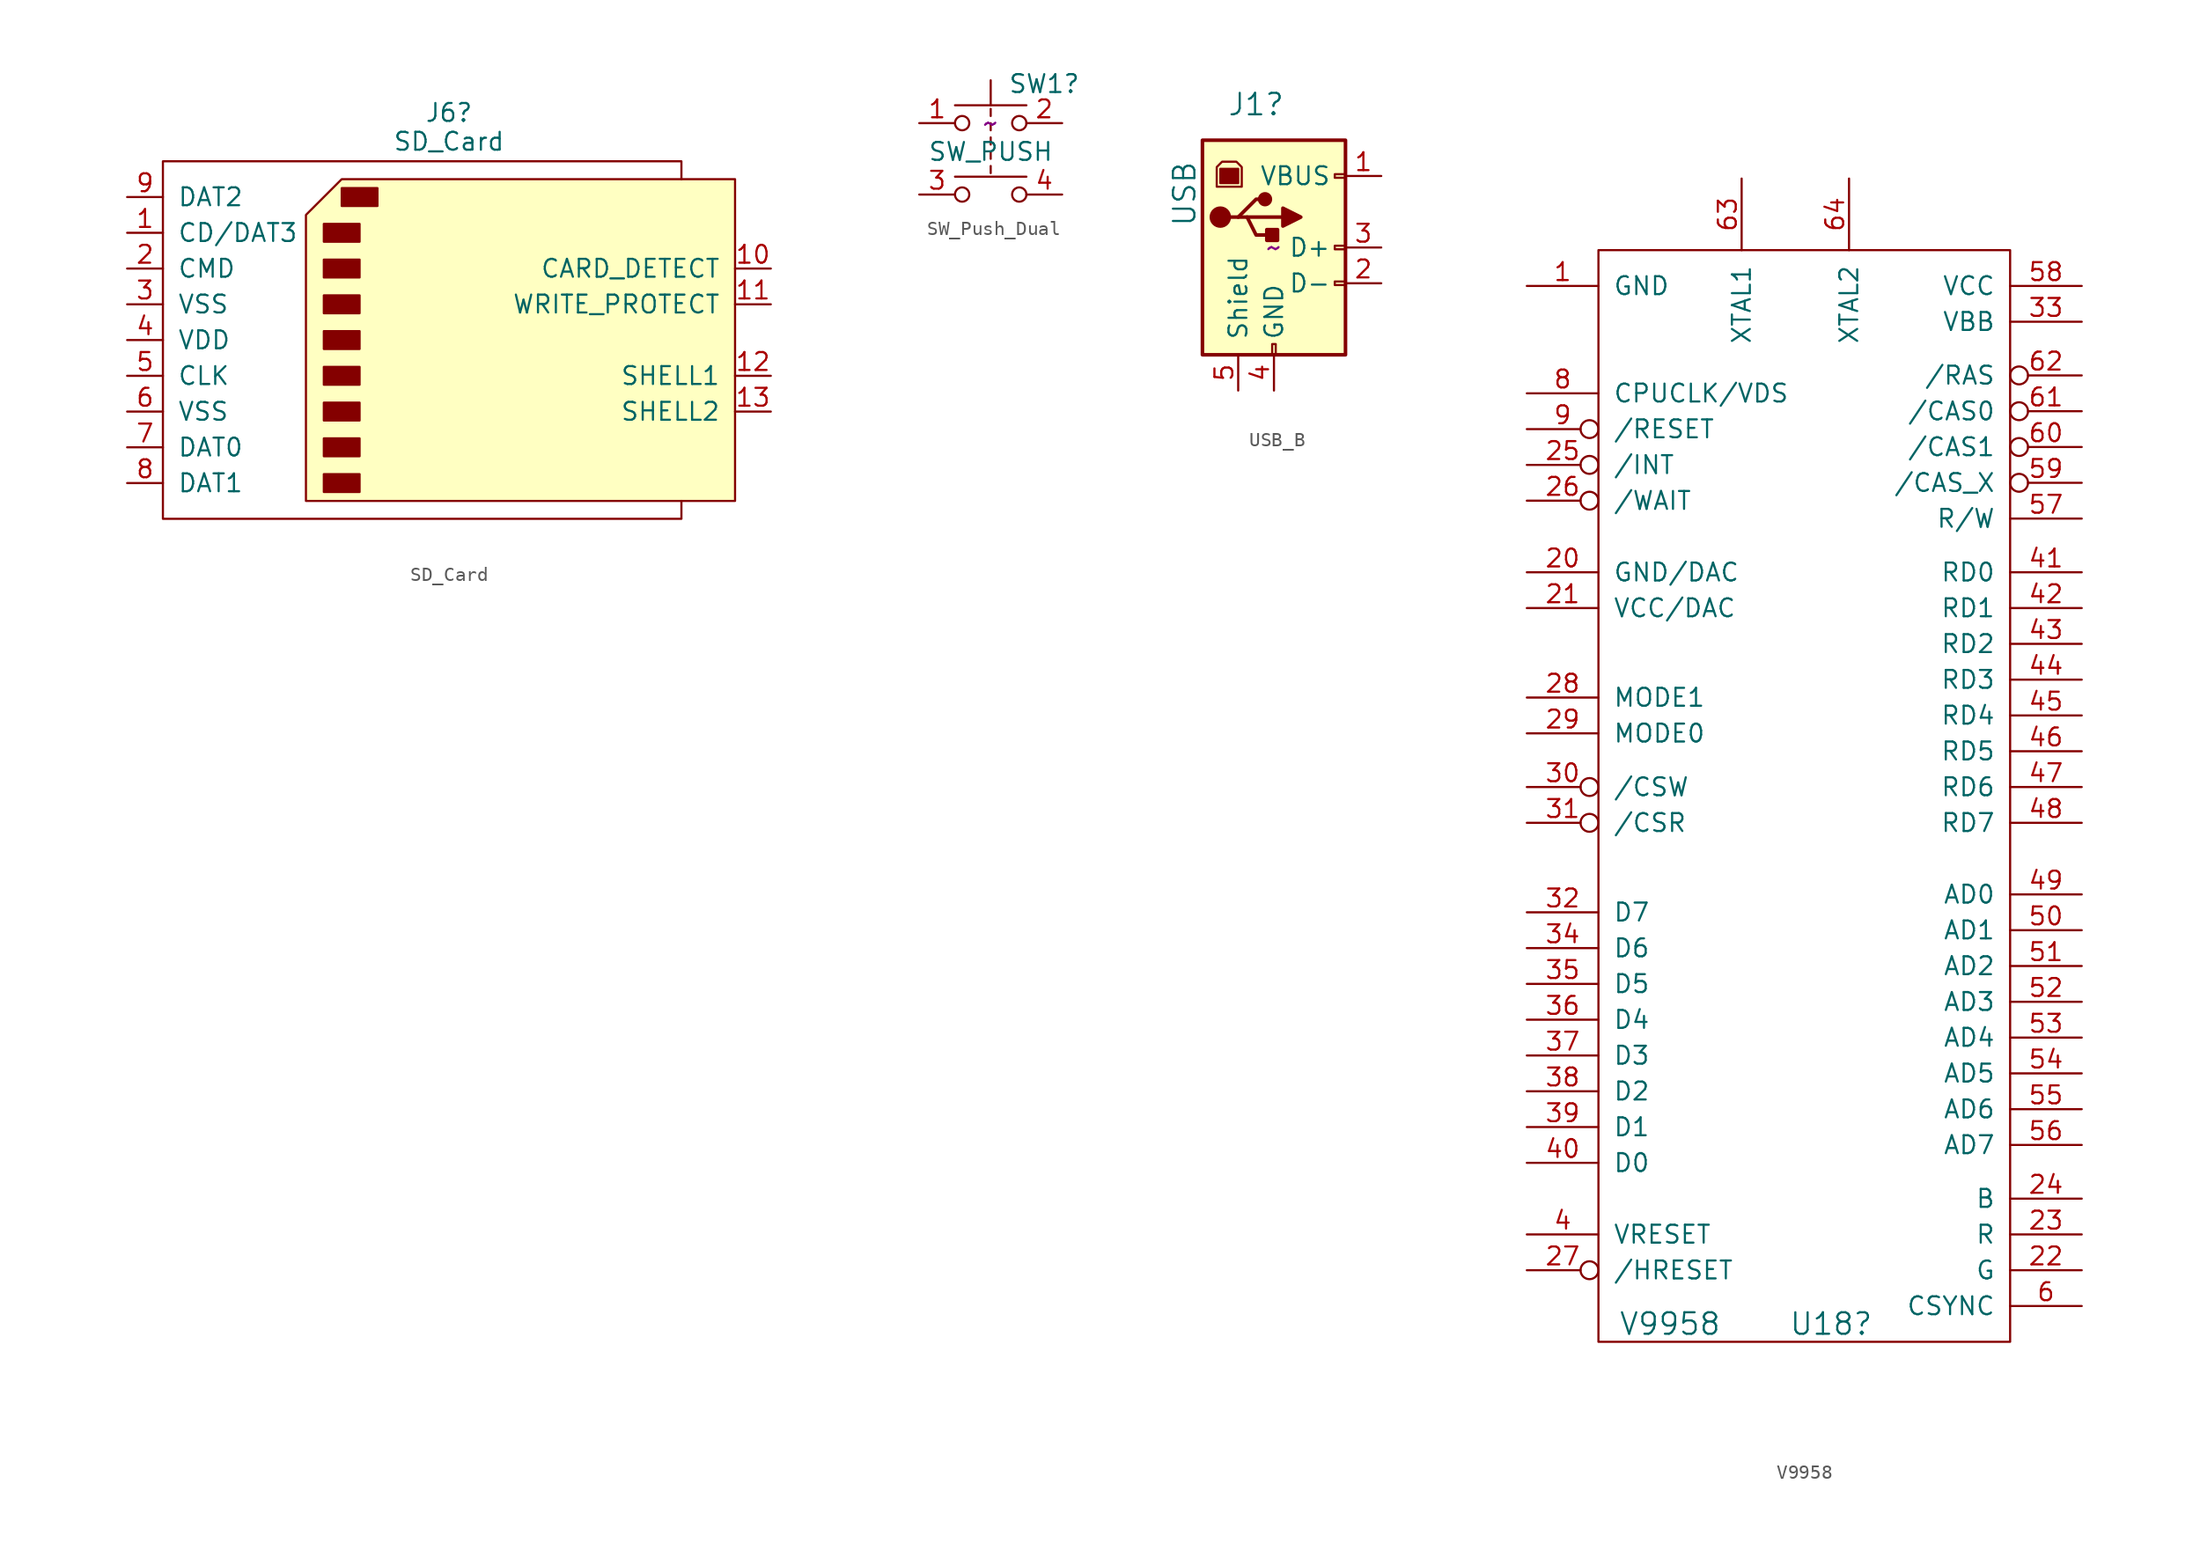
<source format=kicad_sym>
(kicad_symbol_lib
  (version 20220914)
  (generator kicad_symbol_editor)
  (symbol "SD_Card"
    (pin_names
      (offset 1.016))
    (property "Reference" "J6"
      (at 0 16.153 0)
      (effects (font (size 1.27 1.27))))
    (property "Value" "SD_Card"
      (at 0 14.105 0)
      (effects (font (size 1.27 1.27))))
    (symbol "SD_Card_0_1"
      (rectangle (start -8.89 -9.525) (end -6.35 -10.795) (stroke (width 0) (type default)) (fill (type outline)))
      (rectangle (start -8.89 -6.985) (end -6.35 -8.255) (stroke (width 0) (type default)) (fill (type outline)))
      (rectangle (start -8.89 -4.445) (end -6.35 -5.715) (stroke (width 0) (type default)) (fill (type outline)))
      (rectangle (start -8.89 -1.905) (end -6.35 -3.175) (stroke (width 0) (type default)) (fill (type outline)))
      (rectangle (start -8.89 0.635) (end -6.35 -0.635) (stroke (width 0) (type default)) (fill (type outline)))
      (rectangle (start -8.89 3.175) (end -6.35 1.905) (stroke (width 0) (type default)) (fill (type outline)))
      (rectangle (start -8.89 5.715) (end -6.35 4.445) (stroke (width 0) (type default)) (fill (type outline)))
      (rectangle (start -8.89 8.255) (end -6.35 6.985) (stroke (width 0) (type default)) (fill (type outline)))
      (rectangle (start -7.62 10.795) (end -5.08 9.525) (stroke (width 0) (type default)) (fill (type outline)))
      (polyline (pts (xy -10.16 8.89) (xy -7.62 11.43) (xy 20.32 11.43) (xy 20.32 -11.43) (xy -10.16 -11.43) (xy -10.16 8.89)) (stroke (width 0) (type default)) (fill (type background)))
      (polyline (pts (xy 16.51 11.43) (xy 16.51 12.7) (xy -20.32 12.7) (xy -20.32 -12.7) (xy 16.51 -12.7) (xy 16.51 -11.43)) (stroke (width 0) (type default)) (fill (type none))))
    (symbol "SD_Card_1_1"
      (pin input line (at -22.86 7.62 0) (length 2.54) (name "CD/DAT3" (effects (font (size 1.27 1.27)))) (number "1" (effects (font (size 1.27 1.27)))))
      (pin input line (at 22.86 5.08 180) (length 2.54) (name "CARD_DETECT" (effects (font (size 1.27 1.27)))) (number "10" (effects (font (size 1.27 1.27)))))
      (pin input line (at 22.86 2.54 180) (length 2.54) (name "WRITE_PROTECT" (effects (font (size 1.27 1.27)))) (number "11" (effects (font (size 1.27 1.27)))))
      (pin input line (at 22.86 -2.54 180) (length 2.54) (name "SHELL1" (effects (font (size 1.27 1.27)))) (number "12" (effects (font (size 1.27 1.27)))))
      (pin input line (at 22.86 -5.08 180) (length 2.54) (name "SHELL2" (effects (font (size 1.27 1.27)))) (number "13" (effects (font (size 1.27 1.27)))))
      (pin input line (at -22.86 5.08 0) (length 2.54) (name "CMD" (effects (font (size 1.27 1.27)))) (number "2" (effects (font (size 1.27 1.27)))))
      (pin power_in line (at -22.86 2.54 0) (length 2.54) (name "VSS" (effects (font (size 1.27 1.27)))) (number "3" (effects (font (size 1.27 1.27)))))
      (pin power_in line (at -22.86 0 0) (length 2.54) (name "VDD" (effects (font (size 1.27 1.27)))) (number "4" (effects (font (size 1.27 1.27)))))
      (pin input line (at -22.86 -2.54 0) (length 2.54) (name "CLK" (effects (font (size 1.27 1.27)))) (number "5" (effects (font (size 1.27 1.27)))))
      (pin power_in line (at -22.86 -5.08 0) (length 2.54) (name "VSS" (effects (font (size 1.27 1.27)))) (number "6" (effects (font (size 1.27 1.27)))))
      (pin input line (at -22.86 -7.62 0) (length 2.54) (name "DAT0" (effects (font (size 1.27 1.27)))) (number "7" (effects (font (size 1.27 1.27)))))
      (pin input line (at -22.86 -10.16 0) (length 2.54) (name "DAT1" (effects (font (size 1.27 1.27)))) (number "8" (effects (font (size 1.27 1.27)))))
      (pin input line (at -22.86 10.16 0) (length 2.54) (name "DAT2" (effects (font (size 1.27 1.27)))) (number "9" (effects (font (size 1.27 1.27)))))))
  (symbol "SW_Push_Dual"
    (pin_names
      (offset 1.016) hide)
    (property "Reference" "SW1"
      (at 3.81 2.794 0)
      (effects (font (size 1.27 1.27))))
    (property "Value" "SW_PUSH"
      (at 0 -2.032 0)
      (effects (font (size 1.27 1.27))))
    (property "Datasheet" "~"
      (at 0 0 0)
      (effects (font (size 1.524 1.524))))
    (symbol "SW_Push_Dual_0_1"
      (circle (center -2.032 -5.08) (radius 0.508) (stroke (width 0) (type default)) (fill (type none)))
      (circle (center -2.032 0) (radius 0.508) (stroke (width 0) (type default)) (fill (type none)))
      (polyline (pts (xy 0 -3.048) (xy 0 -3.556)) (stroke (width 0) (type default)) (fill (type none)))
      (polyline (pts (xy 0 -2.032) (xy 0 -2.54)) (stroke (width 0) (type default)) (fill (type none)))
      (polyline (pts (xy 0 -1.524) (xy 0 -1.016)) (stroke (width 0) (type default)) (fill (type none)))
      (polyline (pts (xy 0 -0.508) (xy 0 0)) (stroke (width 0) (type default)) (fill (type none)))
      (polyline (pts (xy 0 0.508) (xy 0 1.016)) (stroke (width 0) (type default)) (fill (type none)))
      (polyline (pts (xy 0 1.27) (xy 0 3.048)) (stroke (width 0) (type default)) (fill (type none)))
      (polyline (pts (xy 2.54 -3.81) (xy -2.54 -3.81)) (stroke (width 0) (type default)) (fill (type none)))
      (polyline (pts (xy 2.54 1.27) (xy -2.54 1.27)) (stroke (width 0) (type default)) (fill (type none)))
      (circle (center 2.032 -5.08) (radius 0.508) (stroke (width 0) (type default)) (fill (type none)))
      (circle (center 2.032 0) (radius 0.508) (stroke (width 0) (type default)) (fill (type none)))
      (pin passive line (at -5.08 0 0) (length 2.54) (name "1" (effects (font (size 1.27 1.27)))) (number "1" (effects (font (size 1.27 1.27)))))
      (pin passive line (at 5.08 0 180) (length 2.54) (name "2" (effects (font (size 1.27 1.27)))) (number "2" (effects (font (size 1.27 1.27)))))
      (pin passive line (at -5.08 -5.08 0) (length 2.54) (name "3" (effects (font (size 1.27 1.27)))) (number "3" (effects (font (size 1.27 1.27)))))
      (pin passive line (at 5.08 -5.08 180) (length 2.54) (name "4" (effects (font (size 1.27 1.27)))) (number "4" (effects (font (size 1.27 1.27)))))))
  (symbol "USB_B"
    (pin_names
      (offset 1.016))
    (property "Reference" "J1"
      (at -1.27 10.16 0)
      (effects (font (size 1.524 1.524))))
    (property "Value" "USB"
      (at -6.35 3.81 90)
      (effects (font (size 1.524 1.524))))
    (property "Datasheet" " ~"
      (at 0 0 0)
      (effects (font (size 1.524 1.524))))
    (symbol "USB_B_0_1"
      (rectangle (start -5.08 -7.62) (end 5.08 7.62) (stroke (width 0.254) (type default)) (fill (type background)))
      (circle (center -3.81 2.159) (radius 0.635) (stroke (width 0.254) (type default)) (fill (type outline)))
      (rectangle (start -3.81 5.588) (end -2.54 4.572) (stroke (width 0) (type default)) (fill (type outline)))
      (circle (center -0.635 3.429) (radius 0.381) (stroke (width 0.254) (type default)) (fill (type outline)))
      (rectangle (start -0.127 -7.62) (end 0.127 -6.858) (stroke (width 0) (type default)) (fill (type none)))
      (polyline (pts (xy -1.905 2.159) (xy 0.635 2.159)) (stroke (width 0.254) (type default)) (fill (type none)))
      (polyline (pts (xy -3.175 2.159) (xy -2.54 2.159) (xy -1.27 3.429) (xy -0.635 3.429)) (stroke (width 0.254) (type default)) (fill (type none)))
      (polyline (pts (xy -2.54 2.159) (xy -1.905 2.159) (xy -1.27 0.889) (xy 0 0.889)) (stroke (width 0.254) (type default)) (fill (type none)))
      (polyline (pts (xy 0.635 2.794) (xy 0.635 1.524) (xy 1.905 2.159) (xy 0.635 2.794)) (stroke (width 0.254) (type default)) (fill (type outline)))
      (polyline (pts (xy -4.064 4.318) (xy -2.286 4.318) (xy -2.286 5.715) (xy -2.667 6.096) (xy -3.683 6.096) (xy -4.064 5.715) (xy -4.064 4.318)) (stroke (width 0) (type default)) (fill (type none)))
      (rectangle (start 0.254 1.27) (end -0.508 0.508) (stroke (width 0.254) (type default)) (fill (type outline)))
      (rectangle (start 5.08 -2.667) (end 4.318 -2.413) (stroke (width 0) (type default)) (fill (type none)))
      (rectangle (start 5.08 -0.127) (end 4.318 0.127) (stroke (width 0) (type default)) (fill (type none)))
      (rectangle (start 5.08 4.953) (end 4.318 5.207) (stroke (width 0) (type default)) (fill (type none))))
    (symbol "USB_B_1_1"
      (pin power_out line (at 7.62 5.08 180) (length 2.54) (name "VBUS" (effects (font (size 1.27 1.27)))) (number "1" (effects (font (size 1.27 1.27)))))
      (pin bidirectional line (at 7.62 -2.54 180) (length 2.54) (name "D-" (effects (font (size 1.27 1.27)))) (number "2" (effects (font (size 1.27 1.27)))))
      (pin bidirectional line (at 7.62 0 180) (length 2.54) (name "D+" (effects (font (size 1.27 1.27)))) (number "3" (effects (font (size 1.27 1.27)))))
      (pin power_out line (at 0 -10.16 90) (length 2.54) (name "GND" (effects (font (size 1.27 1.27)))) (number "4" (effects (font (size 1.27 1.27)))))
      (pin passive line (at -2.54 -10.16 90) (length 2.54) (name "Shield" (effects (font (size 1.27 1.27)))) (number "5" (effects (font (size 1.27 1.27)))))))
  (symbol "V9958"
    (pin_names
      (offset 1.016))
    (property "Reference" "U18"
      (at 2.54 -39.37 0)
      (effects (font (size 1.524 1.524))))
    (property "Value" "V9958"
      (at -8.89 -39.37 0)
      (effects (font (size 1.524 1.524))))
    (symbol "V9958_0_1"
      (rectangle (start 15.24 -40.64) (end -13.97 36.83) (stroke (width 0) (type solid)) (fill (type none))))
    (symbol "V9958_1_1"
      (pin input line (at -19.05 34.29 0) (length 5.08) (name "GND" (effects (font (size 1.27 1.27)))) (number "1" (effects (font (size 1.27 1.27)))))
      (pin power_in line (at -19.05 13.97 0) (length 5.08) (name "GND/DAC" (effects (font (size 1.27 1.27)))) (number "20" (effects (font (size 1.27 1.27)))))
      (pin power_in line (at -19.05 11.43 0) (length 5.08) (name "VCC/DAC" (effects (font (size 1.27 1.27)))) (number "21" (effects (font (size 1.27 1.27)))))
      (pin output line (at 20.32 -35.56 180) (length 5.08) (name "G" (effects (font (size 1.27 1.27)))) (number "22" (effects (font (size 1.27 1.27)))))
      (pin output line (at 20.32 -33.02 180) (length 5.08) (name "R" (effects (font (size 1.27 1.27)))) (number "23" (effects (font (size 1.27 1.27)))))
      (pin output line (at 20.32 -30.48 180) (length 5.08) (name "B" (effects (font (size 1.27 1.27)))) (number "24" (effects (font (size 1.27 1.27)))))
      (pin output inverted (at -19.05 21.59 0) (length 5.08) (name "/INT" (effects (font (size 1.27 1.27)))) (number "25" (effects (font (size 1.27 1.27)))))
      (pin output inverted (at -19.05 19.05 0) (length 5.08) (name "/WAIT" (effects (font (size 1.27 1.27)))) (number "26" (effects (font (size 1.27 1.27)))))
      (pin input inverted (at -19.05 -35.56 0) (length 5.08) (name "/HRESET" (effects (font (size 1.27 1.27)))) (number "27" (effects (font (size 1.27 1.27)))))
      (pin input line (at -19.05 5.08 0) (length 5.08) (name "MODE1" (effects (font (size 1.27 1.27)))) (number "28" (effects (font (size 1.27 1.27)))))
      (pin input line (at -19.05 2.54 0) (length 5.08) (name "MODE0" (effects (font (size 1.27 1.27)))) (number "29" (effects (font (size 1.27 1.27)))))
      (pin input inverted (at -19.05 -1.27 0) (length 5.08) (name "/CSW" (effects (font (size 1.27 1.27)))) (number "30" (effects (font (size 1.27 1.27)))))
      (pin input inverted (at -19.05 -3.81 0) (length 5.08) (name "/CSR" (effects (font (size 1.27 1.27)))) (number "31" (effects (font (size 1.27 1.27)))))
      (pin bidirectional line (at -19.05 -10.16 0) (length 5.08) (name "D7" (effects (font (size 1.27 1.27)))) (number "32" (effects (font (size 1.27 1.27)))))
      (pin input line (at 20.32 31.75 180) (length 5.08) (name "VBB" (effects (font (size 1.27 1.27)))) (number "33" (effects (font (size 1.27 1.27)))))
      (pin bidirectional line (at -19.05 -12.7 0) (length 5.08) (name "D6" (effects (font (size 1.27 1.27)))) (number "34" (effects (font (size 1.27 1.27)))))
      (pin bidirectional line (at -19.05 -15.24 0) (length 5.08) (name "D5" (effects (font (size 1.27 1.27)))) (number "35" (effects (font (size 1.27 1.27)))))
      (pin bidirectional line (at -19.05 -17.78 0) (length 5.08) (name "D4" (effects (font (size 1.27 1.27)))) (number "36" (effects (font (size 1.27 1.27)))))
      (pin bidirectional line (at -19.05 -20.32 0) (length 5.08) (name "D3" (effects (font (size 1.27 1.27)))) (number "37" (effects (font (size 1.27 1.27)))))
      (pin bidirectional line (at -19.05 -22.86 0) (length 5.08) (name "D2" (effects (font (size 1.27 1.27)))) (number "38" (effects (font (size 1.27 1.27)))))
      (pin bidirectional line (at -19.05 -25.4 0) (length 5.08) (name "D1" (effects (font (size 1.27 1.27)))) (number "39" (effects (font (size 1.27 1.27)))))
      (pin input line (at -19.05 -33.02 0) (length 5.08) (name "VRESET" (effects (font (size 1.27 1.27)))) (number "4" (effects (font (size 1.27 1.27)))))
      (pin bidirectional line (at -19.05 -27.94 0) (length 5.08) (name "D0" (effects (font (size 1.27 1.27)))) (number "40" (effects (font (size 1.27 1.27)))))
      (pin bidirectional line (at 20.32 13.97 180) (length 5.08) (name "RD0" (effects (font (size 1.27 1.27)))) (number "41" (effects (font (size 1.27 1.27)))))
      (pin bidirectional line (at 20.32 11.43 180) (length 5.08) (name "RD1" (effects (font (size 1.27 1.27)))) (number "42" (effects (font (size 1.27 1.27)))))
      (pin bidirectional line (at 20.32 8.89 180) (length 5.08) (name "RD2" (effects (font (size 1.27 1.27)))) (number "43" (effects (font (size 1.27 1.27)))))
      (pin bidirectional line (at 20.32 6.35 180) (length 5.08) (name "RD3" (effects (font (size 1.27 1.27)))) (number "44" (effects (font (size 1.27 1.27)))))
      (pin bidirectional line (at 20.32 3.81 180) (length 5.08) (name "RD4" (effects (font (size 1.27 1.27)))) (number "45" (effects (font (size 1.27 1.27)))))
      (pin bidirectional line (at 20.32 1.27 180) (length 5.08) (name "RD5" (effects (font (size 1.27 1.27)))) (number "46" (effects (font (size 1.27 1.27)))))
      (pin bidirectional line (at 20.32 -1.27 180) (length 5.08) (name "RD6" (effects (font (size 1.27 1.27)))) (number "47" (effects (font (size 1.27 1.27)))))
      (pin bidirectional line (at 20.32 -3.81 180) (length 5.08) (name "RD7" (effects (font (size 1.27 1.27)))) (number "48" (effects (font (size 1.27 1.27)))))
      (pin output line (at 20.32 -8.89 180) (length 5.08) (name "AD0" (effects (font (size 1.27 1.27)))) (number "49" (effects (font (size 1.27 1.27)))))
      (pin output line (at 20.32 -11.43 180) (length 5.08) (name "AD1" (effects (font (size 1.27 1.27)))) (number "50" (effects (font (size 1.27 1.27)))))
      (pin output line (at 20.32 -13.97 180) (length 5.08) (name "AD2" (effects (font (size 1.27 1.27)))) (number "51" (effects (font (size 1.27 1.27)))))
      (pin output line (at 20.32 -16.51 180) (length 5.08) (name "AD3" (effects (font (size 1.27 1.27)))) (number "52" (effects (font (size 1.27 1.27)))))
      (pin output line (at 20.32 -19.05 180) (length 5.08) (name "AD4" (effects (font (size 1.27 1.27)))) (number "53" (effects (font (size 1.27 1.27)))))
      (pin output line (at 20.32 -21.59 180) (length 5.08) (name "AD5" (effects (font (size 1.27 1.27)))) (number "54" (effects (font (size 1.27 1.27)))))
      (pin output line (at 20.32 -24.13 180) (length 5.08) (name "AD6" (effects (font (size 1.27 1.27)))) (number "55" (effects (font (size 1.27 1.27)))))
      (pin output line (at 20.32 -26.67 180) (length 5.08) (name "AD7" (effects (font (size 1.27 1.27)))) (number "56" (effects (font (size 1.27 1.27)))))
      (pin output line (at 20.32 17.78 180) (length 5.08) (name "R/W" (effects (font (size 1.27 1.27)))) (number "57" (effects (font (size 1.27 1.27)))))
      (pin input line (at 20.32 34.29 180) (length 5.08) (name "VCC" (effects (font (size 1.27 1.27)))) (number "58" (effects (font (size 1.27 1.27)))))
      (pin output inverted (at 20.32 20.32 180) (length 5.08) (name "/CAS_X" (effects (font (size 1.27 1.27)))) (number "59" (effects (font (size 1.27 1.27)))))
      (pin output line (at 20.32 -38.1 180) (length 5.08) (name "CSYNC" (effects (font (size 1.27 1.27)))) (number "6" (effects (font (size 1.27 1.27)))))
      (pin output inverted (at 20.32 22.86 180) (length 5.08) (name "/CAS1" (effects (font (size 1.27 1.27)))) (number "60" (effects (font (size 1.27 1.27)))))
      (pin output inverted (at 20.32 25.4 180) (length 5.08) (name "/CAS0" (effects (font (size 1.27 1.27)))) (number "61" (effects (font (size 1.27 1.27)))))
      (pin output inverted (at 20.32 27.94 180) (length 5.08) (name "/RAS" (effects (font (size 1.27 1.27)))) (number "62" (effects (font (size 1.27 1.27)))))
      (pin input line (at -3.81 41.91 270) (length 5.08) (name "XTAL1" (effects (font (size 1.27 1.27)))) (number "63" (effects (font (size 1.27 1.27)))))
      (pin input line (at 3.81 41.91 270) (length 5.08) (name "XTAL2" (effects (font (size 1.27 1.27)))) (number "64" (effects (font (size 1.27 1.27)))))
      (pin output line (at -19.05 26.67 0) (length 5.08) (name "CPUCLK/VDS" (effects (font (size 1.27 1.27)))) (number "8" (effects (font (size 1.27 1.27)))))
      (pin input inverted (at -19.05 24.13 0) (length 5.08) (name "/RESET" (effects (font (size 1.27 1.27)))) (number "9" (effects (font (size 1.27 1.27))))))))
</source>
